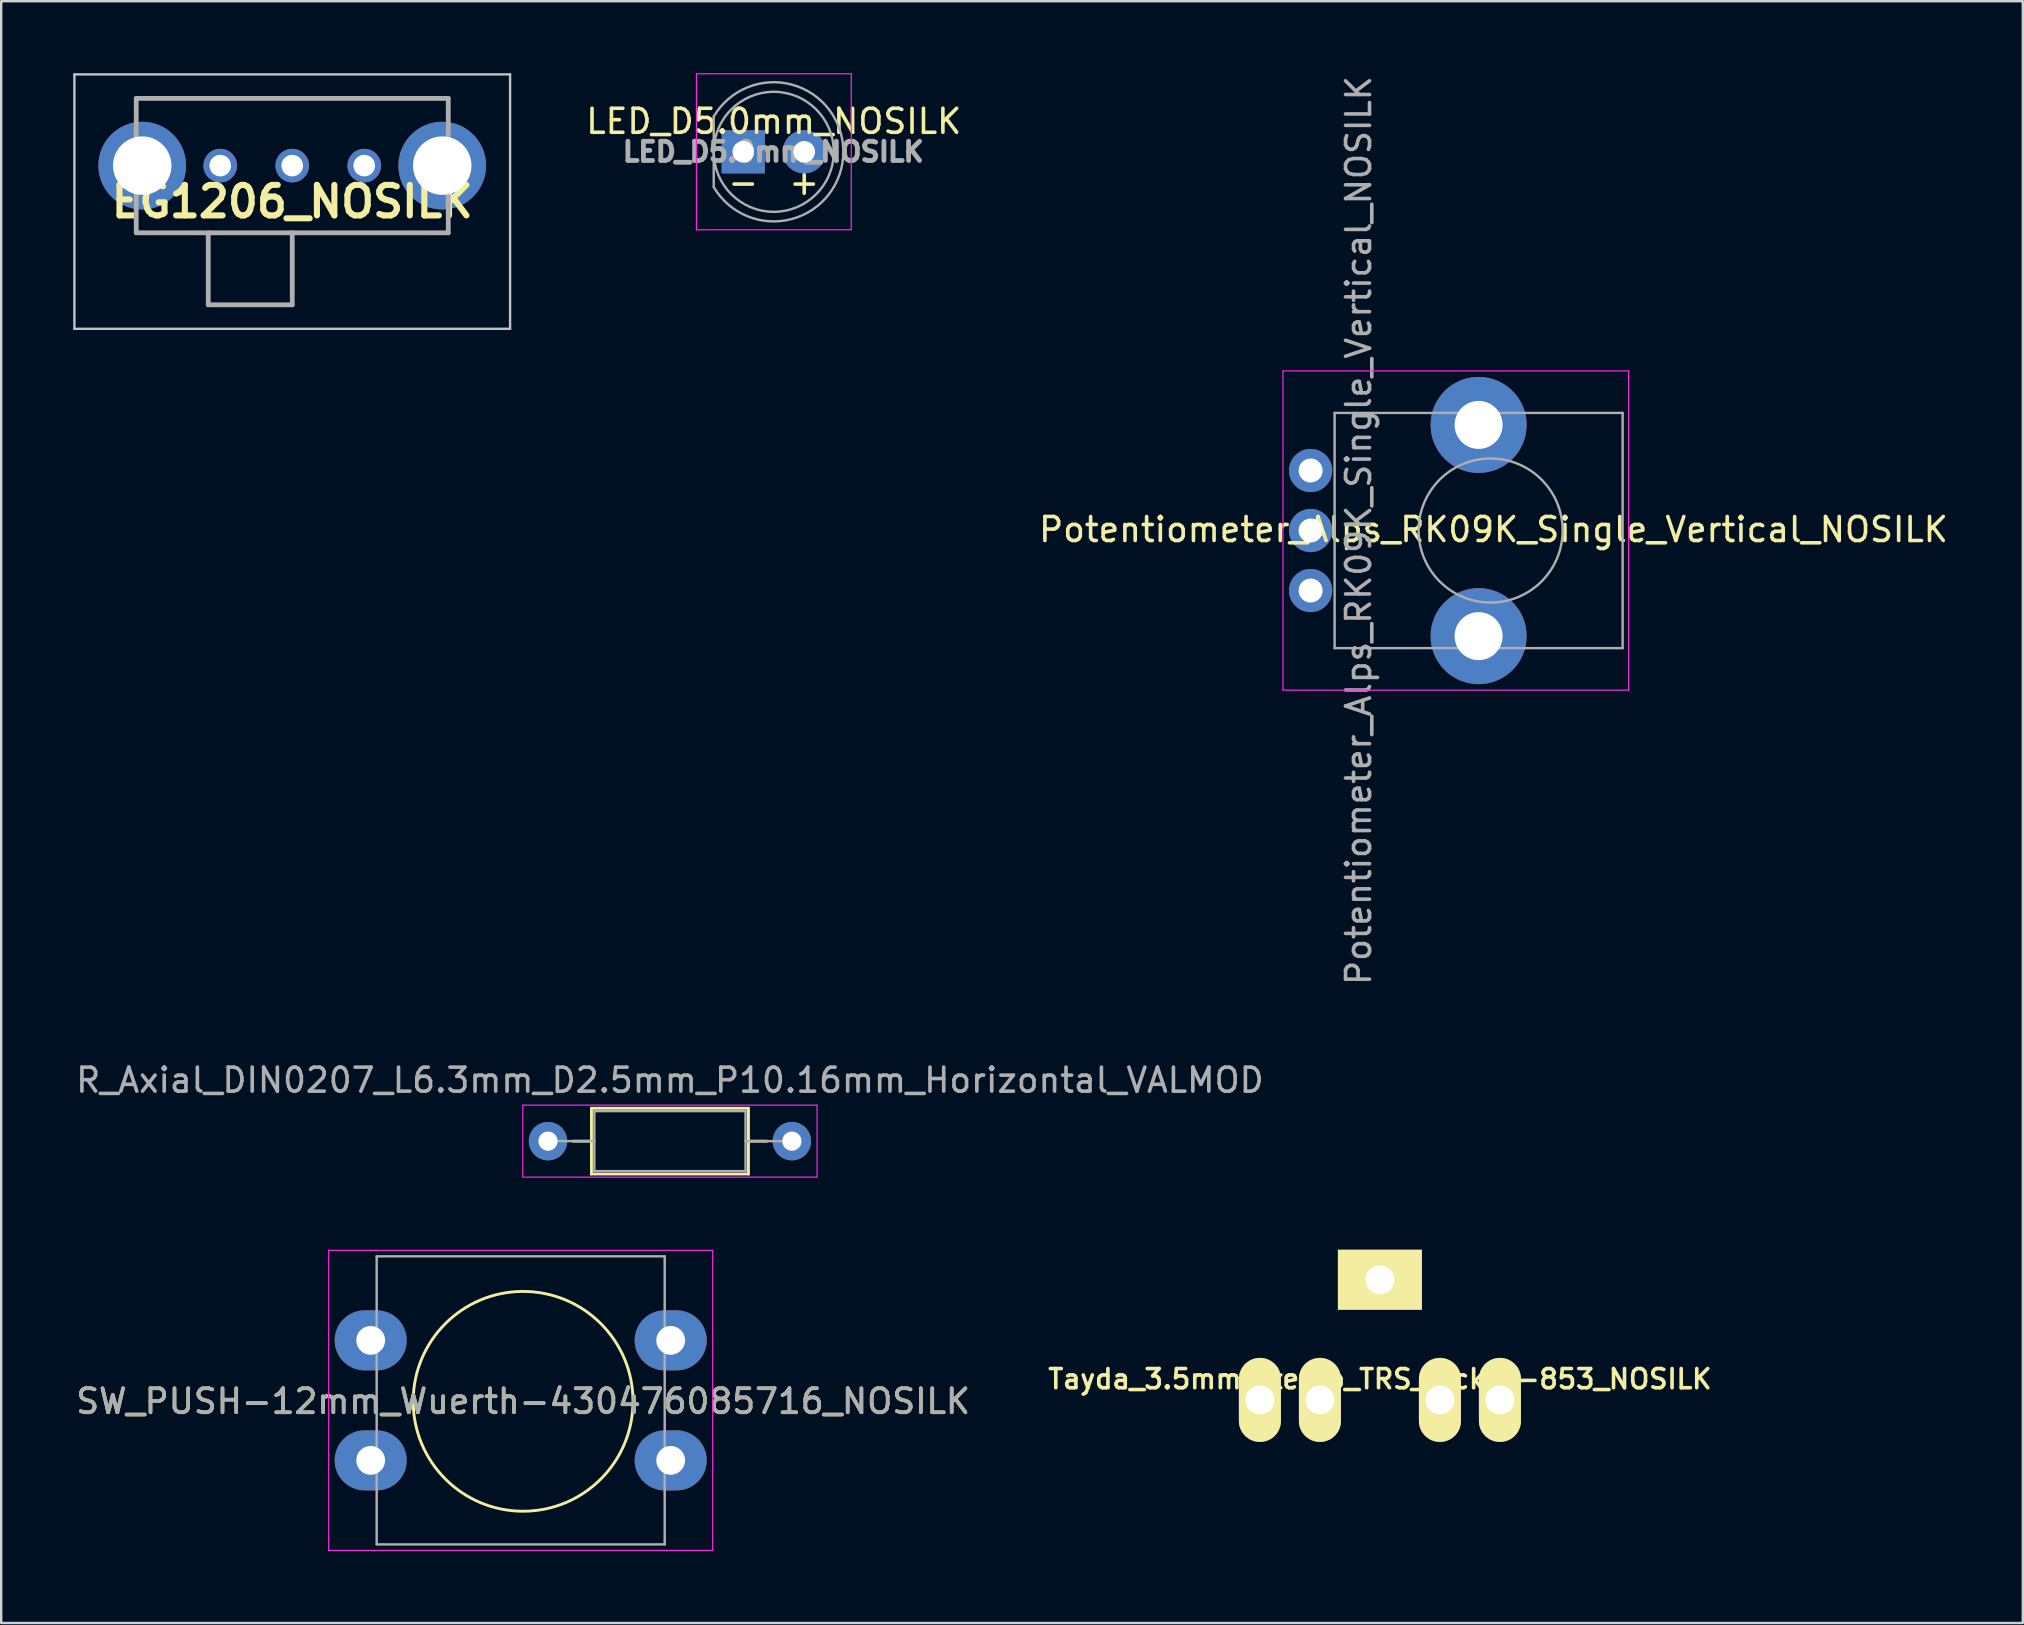
<source format=kicad_pcb>
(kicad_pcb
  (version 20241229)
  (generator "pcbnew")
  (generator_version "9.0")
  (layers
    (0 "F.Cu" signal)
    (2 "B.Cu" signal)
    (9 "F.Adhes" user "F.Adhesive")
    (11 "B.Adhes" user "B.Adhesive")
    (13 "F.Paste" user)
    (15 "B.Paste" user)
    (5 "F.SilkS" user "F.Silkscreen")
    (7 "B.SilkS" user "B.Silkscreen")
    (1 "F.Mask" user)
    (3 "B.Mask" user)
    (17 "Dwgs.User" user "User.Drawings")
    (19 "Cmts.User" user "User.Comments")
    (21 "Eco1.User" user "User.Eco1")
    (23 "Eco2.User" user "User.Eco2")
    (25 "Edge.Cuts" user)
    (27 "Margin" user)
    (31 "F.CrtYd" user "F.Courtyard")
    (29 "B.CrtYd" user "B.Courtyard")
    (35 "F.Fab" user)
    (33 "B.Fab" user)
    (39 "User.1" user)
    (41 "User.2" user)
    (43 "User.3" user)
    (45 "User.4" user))
  (footprint "R_Axial_DIN0207_L6.3mm_D2.5mm_P10.16mm_Horizontal_VALMOD"
    (layer "F.Cu")
    (at 19.783 44.495)
    (property "Reference" "R_Axial_DIN0207_L6.3mm_D2.5mm_P10.16mm_Horizontal_VALMOD" (at 5.08 -2.54 0) (layer "F.Fab") (effects (font (size 1 1) (thickness 0.15))))
    (attr through_hole)
    (fp_line (start 1.04 0) (end 1.81 0) (stroke (width 0.12) (type solid)) (layer "F.SilkS"))
    (fp_line (start 1.81 -1.37) (end 1.81 1.37) (stroke (width 0.12) (type solid)) (layer "F.SilkS"))
    (fp_line (start 1.81 1.37) (end 8.35 1.37) (stroke (width 0.12) (type solid)) (layer "F.SilkS"))
    (fp_line (start 8.35 -1.37) (end 1.81 -1.37) (stroke (width 0.12) (type solid)) (layer "F.SilkS"))
    (fp_line (start 8.35 1.37) (end 8.35 -1.37) (stroke (width 0.12) (type solid)) (layer "F.SilkS"))
    (fp_line (start 9.12 0) (end 8.35 0) (stroke (width 0.12) (type solid)) (layer "F.SilkS"))
    (fp_line (start -1.05 -1.5) (end -1.05 1.5) (stroke (width 0.05) (type solid)) (layer "F.CrtYd"))
    (fp_line (start -1.05 1.5) (end 11.21 1.5) (stroke (width 0.05) (type solid)) (layer "F.CrtYd"))
    (fp_line (start 11.21 -1.5) (end -1.05 -1.5) (stroke (width 0.05) (type solid)) (layer "F.CrtYd"))
    (fp_line (start 11.21 1.5) (end 11.21 -1.5) (stroke (width 0.05) (type solid)) (layer "F.CrtYd"))
    (fp_line (start 0 0) (end 1.93 0) (stroke (width 0.1) (type solid)) (layer "F.Fab"))
    (fp_line (start 1.93 -1.25) (end 1.93 1.25) (stroke (width 0.1) (type solid)) (layer "F.Fab"))
    (fp_line (start 1.93 1.25) (end 8.23 1.25) (stroke (width 0.1) (type solid)) (layer "F.Fab"))
    (fp_line (start 8.23 -1.25) (end 1.93 -1.25) (stroke (width 0.1) (type solid)) (layer "F.Fab"))
    (fp_line (start 8.23 1.25) (end 8.23 -1.25) (stroke (width 0.1) (type solid)) (layer "F.Fab"))
    (fp_line (start 10.16 0) (end 8.23 0) (stroke (width 0.1) (type solid)) (layer "F.Fab"))
    (pad "1" thru_hole circle (at 0 0) (size 1.6 1.6) (drill 0.8) (layers "*.Cu" "*.Mask"))
    (pad "2" thru_hole oval (at 10.16 0) (size 1.6 1.6) (drill 0.8) (layers "*.Cu" "*.Mask")))
  (footprint "LED_D5.0mm_NOSILK"
    (layer "F.Cu")
    (at 27.917 3.275)
    (property "Reference" "LED_D5.0mm_NOSILK" (at 1.27 -1.27 0) (layer "F.SilkS") (effects (font (size 1 1) (thickness 0.15))))
    (attr through_hole)
    (fp_line (start -1.95 -3.25) (end -1.95 3.25) (stroke (width 0.05) (type solid)) (layer "F.CrtYd"))
    (fp_line (start -1.95 3.25) (end 4.5 3.25) (stroke (width 0.05) (type solid)) (layer "F.CrtYd"))
    (fp_line (start 4.5 -3.25) (end -1.95 -3.25) (stroke (width 0.05) (type solid)) (layer "F.CrtYd"))
    (fp_line (start 4.5 3.25) (end 4.5 -3.25) (stroke (width 0.05) (type solid)) (layer "F.CrtYd"))
    (fp_line (start -1.23 -1.47) (end -1.23 1.47) (stroke (width 0.1) (type solid)) (layer "F.Fab"))
    (fp_arc (start -1.23 -1.469694) (mid 4.17 0.000016) (end -1.230016 1.469666) (stroke (width 0.1) (type solid)) (layer "F.Fab"))
    (fp_circle (center 1.27 0) (end 3.77 0) (stroke (width 0.1) (type solid)) (fill no) (layer "F.Fab"))
    (fp_text user "+" (at 2.54 1.27 0) (layer "F.SilkS") (effects (font (size 1 1) (thickness 0.15))))
    (fp_text user "-" (at 0 1.27 0) (layer "F.SilkS") (effects (font (size 1 1) (thickness 0.15))))
    (fp_text user "${REFERENCE}" (at 1.25 0 0) (layer "F.Fab") (effects (font (size 0.8 0.8) (thickness 0.2))))
    (pad "1" thru_hole rect (at 0 0) (size 1.8 1.8) (drill 0.9) (layers "*.Cu" "*.Mask"))
    (pad "2" thru_hole circle (at 2.54 0) (size 1.8 1.8) (drill 0.9) (layers "*.Cu" "*.Mask")))
  (footprint "EG1206_NOSILK"
    (layer "F.Cu")
    (at 6.126 3.85)
    (property "Reference" "EG1206_NOSILK" (at 3 1.5 0) (layer "F.SilkS") (effects (font (size 1.27 1.27) (thickness 0.254))))
    (attr through_hole)
    (fp_line (start -6.076 -3.8) (end 12.076 -3.8) (stroke (width 0.1) (type solid)) (layer "Dwgs.User"))
    (fp_line (start -6.076 6.8) (end -6.076 -3.8) (stroke (width 0.1) (type solid)) (layer "Dwgs.User"))
    (fp_line (start 12.076 -3.8) (end 12.076 6.8) (stroke (width 0.1) (type solid)) (layer "Dwgs.User"))
    (fp_line (start 12.076 6.8) (end -6.076 6.8) (stroke (width 0.1) (type solid)) (layer "Dwgs.User"))
    (fp_line (start -3.5 -2.8) (end 9.5 -2.8) (stroke (width 0.2) (type solid)) (layer "F.Fab"))
    (fp_line (start -3.5 2.8) (end -3.5 -2.8) (stroke (width 0.2) (type solid)) (layer "F.Fab"))
    (fp_line (start -0.5 5.8) (end -0.5 2.8) (stroke (width 0.2) (type solid)) (layer "F.Fab"))
    (fp_line (start 3 2.8) (end 3 5.8) (stroke (width 0.2) (type solid)) (layer "F.Fab"))
    (fp_line (start 3 5.8) (end -0.5 5.8) (stroke (width 0.2) (type solid)) (layer "F.Fab"))
    (fp_line (start 9.5 -2.8) (end 9.5 2.8) (stroke (width 0.2) (type solid)) (layer "F.Fab"))
    (fp_line (start 9.5 2.8) (end -3.5 2.8) (stroke (width 0.2) (type solid)) (layer "F.Fab"))
    (pad "1" thru_hole circle (at 0 0) (size 1.4 1.4) (drill 0.9) (layers "*.Cu" "*.Mask"))
    (pad "2" thru_hole circle (at 3 0) (size 1.4 1.4) (drill 0.9) (layers "*.Cu" "*.Mask"))
    (pad "3" thru_hole circle (at 6 0) (size 1.4 1.4) (drill 0.9) (layers "*.Cu" "*.Mask"))
    (pad "MH1" thru_hole circle (at -3.25 0) (size 3.653 3.653) (drill 2.435) (layers "*.Cu" "*.Mask"))
    (pad "MH2" thru_hole circle (at 9.25 0) (size 3.653 3.653) (drill 2.435) (layers "*.Cu" "*.Mask")))
  (footprint "Tayda_3.5mm_stereo_TRS_jack_A-853_NOSILK"
    (layer "F.Cu")
    (at 54.443 51.866)
    (property "Reference" "Tayda_3.5mm_stereo_TRS_jack_A-853_NOSILK" (at 0 2.54 0) (layer "F.SilkS") (effects (font (size 0.8 0.8) (thickness 0.15))))
    (attr through_hole)
    (pad "R" thru_hole oval (at 5 3.41) (size 1.75 3.5) (drill 1.2) (layers "*.Cu" "*.Mask" "F.SilkS"))
    (pad "RN" thru_hole oval (at 2.5 3.41) (size 1.75 3.5) (drill 1.2) (layers "*.Cu" "*.Mask" "F.SilkS"))
    (pad "S" thru_hole rect (at 0 -1.596) (size 3.5 2.5) (drill 1.2) (layers "*.Cu" "*.Mask" "F.SilkS"))
    (pad "T" thru_hole oval (at -5 3.41) (size 1.75 3.5) (drill 1.2) (layers "*.Cu" "*.Mask" "F.SilkS"))
    (pad "TN" thru_hole oval (at -2.5 3.41) (size 1.75 3.5) (drill 1.2) (layers "*.Cu" "*.Mask" "F.SilkS")))
  (footprint "Potentiometer_Alps_RK09K_Single_Vertical_NOSILK"
    (layer "F.Cu")
    (at 51.555 21.554)
    (property "Reference" "Potentiometer_Alps_RK09K_Single_Vertical_NOSILK" (at 7.62 -2.54 0) (layer "F.SilkS") (effects (font (size 1 1) (thickness 0.15))))
    (attr through_hole)
    (fp_line (start -1.15 -9.15) (end -1.15 4.15) (stroke (width 0.05) (type solid)) (layer "F.CrtYd"))
    (fp_line (start -1.15 4.15) (end 13.25 4.15) (stroke (width 0.05) (type solid)) (layer "F.CrtYd"))
    (fp_line (start 13.25 -9.15) (end -1.15 -9.15) (stroke (width 0.05) (type solid)) (layer "F.CrtYd"))
    (fp_line (start 13.25 4.15) (end 13.25 -9.15) (stroke (width 0.05) (type solid)) (layer "F.CrtYd"))
    (fp_line (start 1 -7.4) (end 1 2.4) (stroke (width 0.1) (type solid)) (layer "F.Fab"))
    (fp_line (start 1 2.4) (end 13 2.4) (stroke (width 0.1) (type solid)) (layer "F.Fab"))
    (fp_line (start 13 -7.4) (end 1 -7.4) (stroke (width 0.1) (type solid)) (layer "F.Fab"))
    (fp_line (start 13 2.4) (end 13 -7.4) (stroke (width 0.1) (type solid)) (layer "F.Fab"))
    (fp_circle (center 7.5 -2.5) (end 10.5 -2.5) (stroke (width 0.1) (type solid)) (fill no) (layer "F.Fab"))
    (fp_text user "${REFERENCE}" (at 2 -2.5 90) (layer "F.Fab") (effects (font (size 1 1) (thickness 0.15))))
    (pad "" np_thru_hole circle (at 7 -6.9) (size 4 4) (drill 2) (layers "*.Cu" "*.Mask"))
    (pad "" np_thru_hole circle (at 7 1.9) (size 4 4) (drill 2) (layers "*.Cu" "*.Mask"))
    (pad "1" thru_hole circle (at 0 0) (size 1.8 1.8) (drill 1) (layers "*.Cu" "*.Mask"))
    (pad "2" thru_hole circle (at 0 -2.5) (size 1.8 1.8) (drill 1) (layers "*.Cu" "*.Mask"))
    (pad "3" thru_hole circle (at 0 -5) (size 1.8 1.8) (drill 1) (layers "*.Cu" "*.Mask")))
  (footprint "SW_PUSH-12mm_Wuerth-430476085716_NOSILK"
    (layer "F.Cu")
    (at 12.394 52.795)
    (property "Reference" "SW_PUSH-12mm_Wuerth-430476085716_NOSILK" (at 6.35 2.54 0) (layer "F.SilkS") (effects (font (size 1 1) (thickness 0.15))))
    (attr through_hole)
    (fp_circle (center 6.35 2.54) (end 10.929 2.54) (stroke (width 0.12) (type solid)) (fill no) (layer "F.SilkS"))
    (fp_line (start -1.75 -3.75) (end -1.75 8.75) (stroke (width 0.05) (type solid)) (layer "F.CrtYd"))
    (fp_line (start -1.75 8.75) (end 14.25 8.75) (stroke (width 0.05) (type solid)) (layer "F.CrtYd"))
    (fp_line (start 14.25 -3.75) (end -1.75 -3.75) (stroke (width 0.05) (type solid)) (layer "F.CrtYd"))
    (fp_line (start 14.25 8.75) (end 14.25 -3.75) (stroke (width 0.05) (type solid)) (layer "F.CrtYd"))
    (fp_line (start 0.25 -3.5) (end 0.25 8.5) (stroke (width 0.1) (type solid)) (layer "F.Fab"))
    (fp_line (start 0.25 8.5) (end 12.25 8.5) (stroke (width 0.1) (type solid)) (layer "F.Fab"))
    (fp_line (start 12.25 -3.5) (end 0.25 -3.5) (stroke (width 0.1) (type solid)) (layer "F.Fab"))
    (fp_line (start 12.25 8.5) (end 12.25 -3.5) (stroke (width 0.1) (type solid)) (layer "F.Fab"))
    (fp_text user "${REFERENCE}" (at 6.35 2.54 0) (layer "F.Fab") (effects (font (size 1 1) (thickness 0.15))))
    (pad "1" thru_hole oval (at 0 0) (size 3 2.5) (drill 1.2) (layers "*.Cu" "*.Mask"))
    (pad "1" thru_hole oval (at 12.5 0) (size 3 2.5) (drill 1.2) (layers "*.Cu" "*.Mask"))
    (pad "2" thru_hole oval (at 0 5) (size 3 2.5) (drill 1.2) (layers "*.Cu" "*.Mask"))
    (pad "2" thru_hole oval (at 12.5 5) (size 3 2.5) (drill 1.2) (layers "*.Cu" "*.Mask")))
  (gr_rect
    (start -3 -3)
    (end 81.228 64.57)
    (stroke (width 0.1) (type default))
    (fill no)
    (layer "Edge.Cuts")))
</source>
